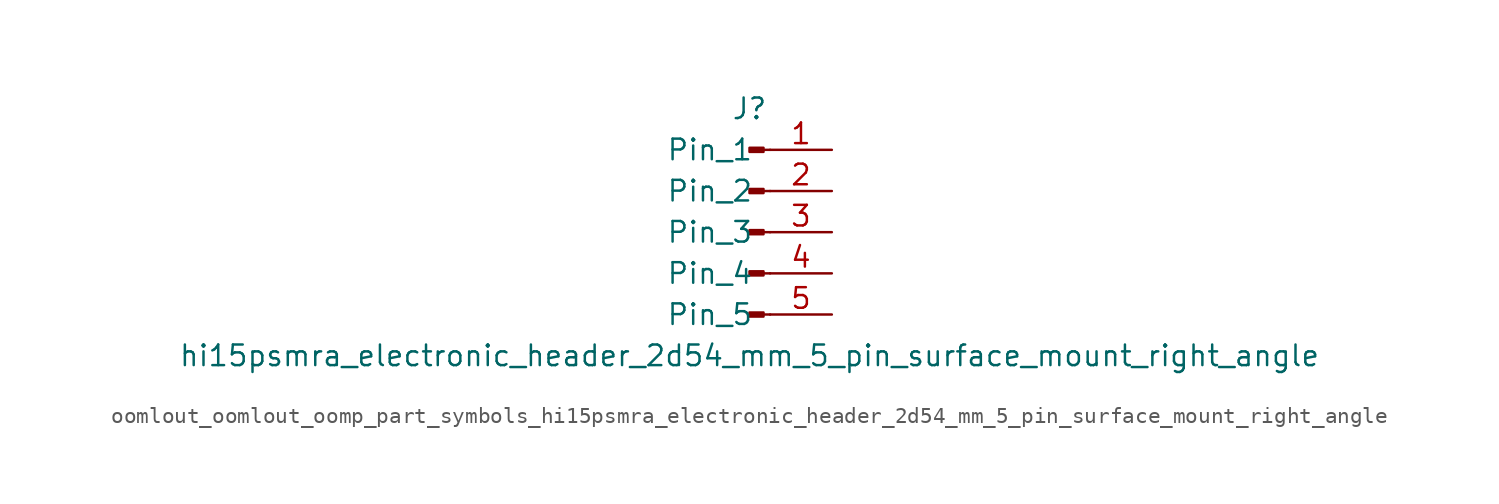
<source format=kicad_sym>
(kicad_symbol_lib
  (version 20220914)
  (generator kicad_symbol_editor)
  (symbol "oomlout_oomlout_oomp_part_symbols_hi15psmra_electronic_header_2d54_mm_5_pin_surface_mount_right_angle"
    (pin_names
      (offset 1.016))
    (property "Reference" "J"
      (at 0 7.62 0)
      (effects (font (size 1.27 1.27))))
    (property "Value" "hi15psmra_electronic_header_2d54_mm_5_pin_surface_mount_right_angle"
      (at 0 -7.62 0)
      (effects (font (size 1.27 1.27))))
    (property "ki_locked" ""
      (at 0 0 0)
      (effects (font (size 1.27 1.27))))
    (symbol "oomlout_oomlout_oomp_part_symbols_hi15psmra_electronic_header_2d54_mm_5_pin_surface_mount_right_angle_1_1"
      (polyline (pts (xy 1.27 -5.08) (xy 0.864 -5.08)) (stroke (width 0.152) (type default)) (fill (type none)))
      (polyline (pts (xy 1.27 -2.54) (xy 0.864 -2.54)) (stroke (width 0.152) (type default)) (fill (type none)))
      (polyline (pts (xy 1.27 0) (xy 0.864 0)) (stroke (width 0.152) (type default)) (fill (type none)))
      (polyline (pts (xy 1.27 2.54) (xy 0.864 2.54)) (stroke (width 0.152) (type default)) (fill (type none)))
      (polyline (pts (xy 1.27 5.08) (xy 0.864 5.08)) (stroke (width 0.152) (type default)) (fill (type none)))
      (rectangle (start 0.864 -4.953) (end 0 -5.207) (stroke (width 0.152) (type default)) (fill (type outline)))
      (rectangle (start 0.864 -2.413) (end 0 -2.667) (stroke (width 0.152) (type default)) (fill (type outline)))
      (rectangle (start 0.864 0.127) (end 0 -0.127) (stroke (width 0.152) (type default)) (fill (type outline)))
      (rectangle (start 0.864 2.667) (end 0 2.413) (stroke (width 0.152) (type default)) (fill (type outline)))
      (rectangle (start 0.864 5.207) (end 0 4.953) (stroke (width 0.152) (type default)) (fill (type outline)))
      (pin passive line (at 5.08 5.08 180) (length 3.81) (name "Pin_1" (effects (font (size 1.27 1.27)))) (number "1" (effects (font (size 1.27 1.27)))))
      (pin passive line (at 5.08 2.54 180) (length 3.81) (name "Pin_2" (effects (font (size 1.27 1.27)))) (number "2" (effects (font (size 1.27 1.27)))))
      (pin passive line (at 5.08 0 180) (length 3.81) (name "Pin_3" (effects (font (size 1.27 1.27)))) (number "3" (effects (font (size 1.27 1.27)))))
      (pin passive line (at 5.08 -2.54 180) (length 3.81) (name "Pin_4" (effects (font (size 1.27 1.27)))) (number "4" (effects (font (size 1.27 1.27)))))
      (pin passive line (at 5.08 -5.08 180) (length 3.81) (name "Pin_5" (effects (font (size 1.27 1.27)))) (number "5" (effects (font (size 1.27 1.27))))))))
</source>
